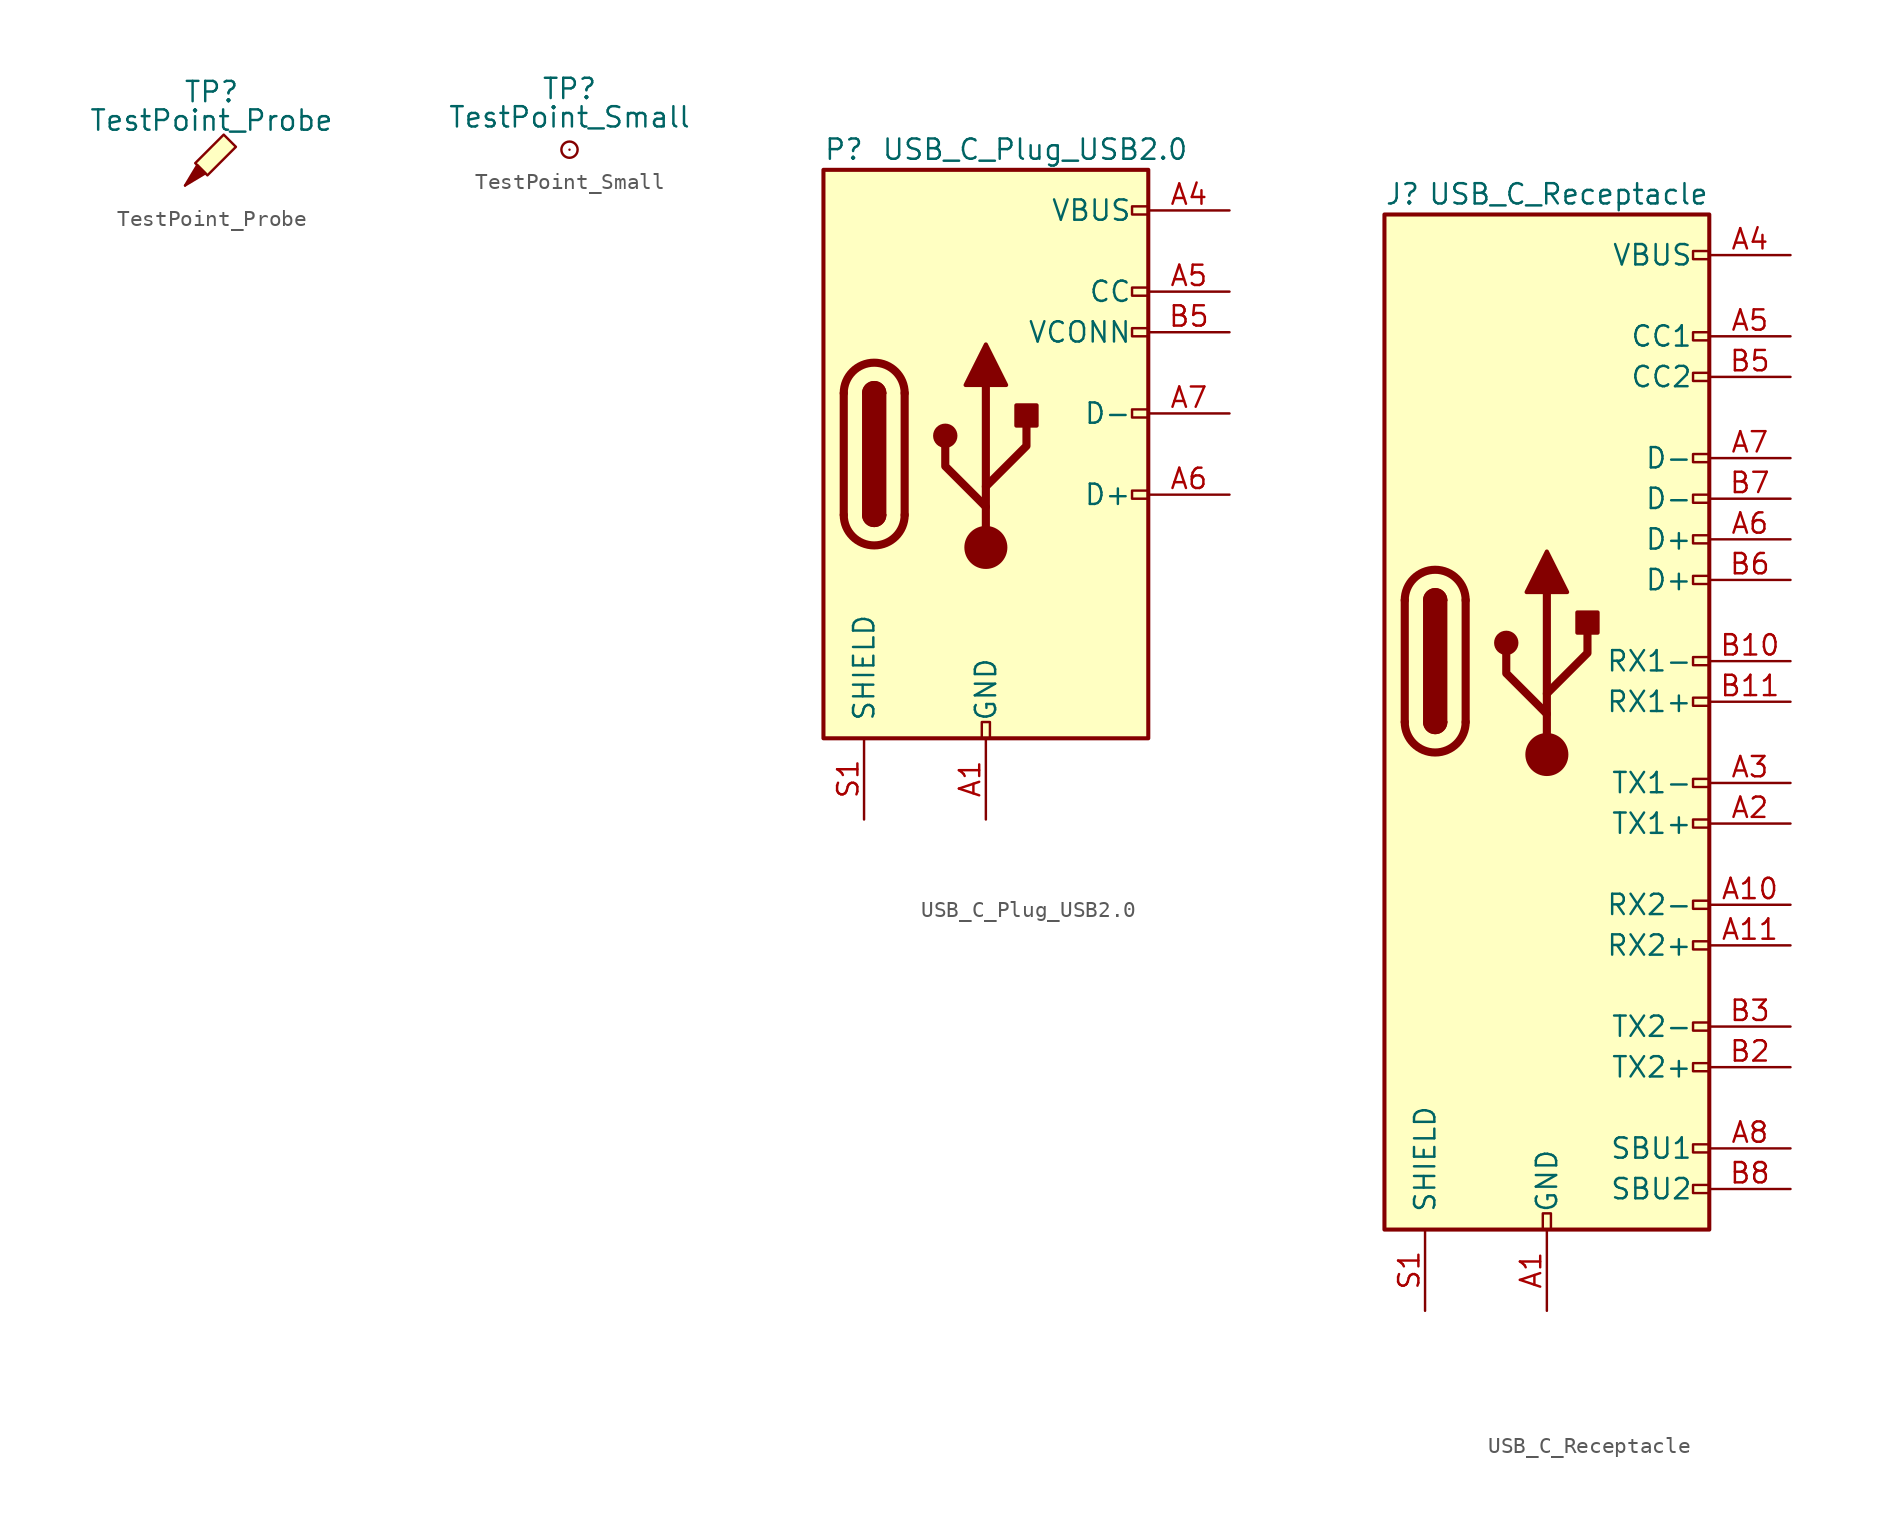
<source format=kicad_sym>
(kicad_symbol_lib
  (version 20200908)
  (generator kicad_symbol_editor)
  (symbol "Connector:TestPoint_Probe"
    (pin_numbers hide)
    (pin_names
      (offset 0.762) hide)
    (property "Reference" "TP"
      (at 1.651 5.842 0)
      (effects (font (size 1.27 1.27))))
    (property "Value" "TestPoint_Probe"
      (at 1.651 4.064 0)
      (effects (font (size 1.27 1.27))))
    (symbol "TestPoint_Probe_0_1"
      (polyline (pts (xy 1.27 0.762) (xy 0 0) (xy 0.762 1.27) (xy 1.27 0.762)) (stroke (width 0)) (fill (type outline)))
      (polyline (pts (xy 1.397 0.635) (xy 0.635 1.397) (xy 2.413 3.175) (xy 3.175 2.413) (xy 1.397 0.635)) (stroke (width 0)) (fill (type background))))
    (symbol "TestPoint_Probe_1_1"
      (pin passive line (at 0 0 90) (length 0) (name "1" (effects (font (size 1.27 1.27)))) (number "1" (effects (font (size 1.27 1.27)))))))
  (symbol "Connector:TestPoint_Small"
    (pin_numbers hide)
    (pin_names
      (offset 0.762) hide)
    (property "Reference" "TP"
      (at 0 3.81 0)
      (effects (font (size 1.27 1.27))))
    (property "Value" "TestPoint_Small"
      (at 0 2.032 0)
      (effects (font (size 1.27 1.27))))
    (symbol "TestPoint_Small_0_1"
      (circle (center 0 0) (radius 0.508) (stroke (width 0)) (fill (type none))))
    (symbol "TestPoint_Small_1_1"
      (pin passive line (at 0 0 90) (length 0) (name "1" (effects (font (size 1.27 1.27)))) (number "1" (effects (font (size 1.27 1.27)))))))
  (symbol "Connector:USB_C_Plug_USB2.0"
    (pin_names
      (offset 1.016))
    (property "Reference" "P"
      (at -10.16 19.05 0)
      (effects (font (size 1.27 1.27)) (justify left)))
    (property "Value" "USB_C_Plug_USB2.0"
      (at 12.7 19.05 0)
      (effects (font (size 1.27 1.27)) (justify right)))
    (symbol "USB_C_Plug_USB2.0_0_1"
      (arc (start -8.89 -3.81) (end -5.08 -3.81) (radius (at -6.985 -3.81) (length 1.905) (angles -179.9 -0.1)) (stroke (width 0.508)) (fill (type none)))
      (arc (start -7.62 -3.81) (end -6.35 -3.81) (radius (at -6.985 -3.81) (length 0.635) (angles -179.9 -0.1)) (stroke (width 0.254)) (fill (type none)))
      (arc (start -7.62 -3.81) (end -6.35 -3.81) (radius (at -6.985 -3.81) (length 0.635) (angles -179.9 -0.1)) (stroke (width 0.254)) (fill (type outline)))
      (arc (start -6.35 3.81) (end -7.62 3.81) (radius (at -6.985 3.81) (length 0.635) (angles 0.1 179.9)) (stroke (width 0.254)) (fill (type outline)))
      (arc (start -6.35 3.81) (end -7.62 3.81) (radius (at -6.985 3.81) (length 0.635) (angles 0.1 179.9)) (stroke (width 0.254)) (fill (type none)))
      (arc (start -5.08 3.81) (end -8.89 3.81) (radius (at -6.985 3.81) (length 1.905) (angles 0.1 179.9)) (stroke (width 0.508)) (fill (type none)))
      (circle (center -2.54 1.143) (radius 0.635) (stroke (width 0.254)) (fill (type outline)))
      (circle (center 0 -5.842) (radius 1.27) (stroke (width 0)) (fill (type outline)))
      (rectangle (start -10.16 17.78) (end 10.16 -17.78) (stroke (width 0.254)) (fill (type background)))
      (rectangle (start -7.62 -3.81) (end -6.35 3.81) (stroke (width 0.254)) (fill (type outline)))
      (rectangle (start 1.905 1.778) (end 3.175 3.048) (stroke (width 0.254)) (fill (type outline)))
      (polyline (pts (xy -8.89 -3.81) (xy -8.89 3.81)) (stroke (width 0.508)) (fill (type none)))
      (polyline (pts (xy -5.08 3.81) (xy -5.08 -3.81)) (stroke (width 0.508)) (fill (type none)))
      (polyline (pts (xy 0 -5.842) (xy 0 4.318)) (stroke (width 0.508)) (fill (type none)))
      (polyline (pts (xy 0 -3.302) (xy -2.54 -0.762) (xy -2.54 0.508)) (stroke (width 0.508)) (fill (type none)))
      (polyline (pts (xy 0 -2.032) (xy 2.54 0.508) (xy 2.54 1.778)) (stroke (width 0.508)) (fill (type none)))
      (polyline (pts (xy -1.27 4.318) (xy 0 6.858) (xy 1.27 4.318) (xy -1.27 4.318)) (stroke (width 0.254)) (fill (type outline))))
    (symbol "USB_C_Plug_USB2.0_0_0"
      (rectangle (start -0.254 -17.78) (end 0.254 -16.764) (stroke (width 0)) (fill (type none)))
      (rectangle (start 10.16 -2.286) (end 9.144 -2.794) (stroke (width 0)) (fill (type none)))
      (rectangle (start 10.16 2.794) (end 9.144 2.286) (stroke (width 0)) (fill (type none)))
      (rectangle (start 10.16 7.874) (end 9.144 7.366) (stroke (width 0)) (fill (type none)))
      (rectangle (start 10.16 10.414) (end 9.144 9.906) (stroke (width 0)) (fill (type none)))
      (rectangle (start 10.16 15.494) (end 9.144 14.986) (stroke (width 0)) (fill (type none))))
    (symbol "USB_C_Plug_USB2.0_1_1"
      (pin passive line (at 0 -22.86 90) (length 5.08) (name "GND" (effects (font (size 1.27 1.27)))) (number "A1" (effects (font (size 1.27 1.27)))))
      (pin passive line (at 0 -22.86 90) (length 5.08) hide (name "GND" (effects (font (size 1.27 1.27)))) (number "A12" (effects (font (size 1.27 1.27)))))
      (pin passive line (at 15.24 15.24 180) (length 5.08) (name "VBUS" (effects (font (size 1.27 1.27)))) (number "A4" (effects (font (size 1.27 1.27)))))
      (pin bidirectional line (at 15.24 10.16 180) (length 5.08) (name "CC" (effects (font (size 1.27 1.27)))) (number "A5" (effects (font (size 1.27 1.27)))))
      (pin bidirectional line (at 15.24 -2.54 180) (length 5.08) (name "D+" (effects (font (size 1.27 1.27)))) (number "A6" (effects (font (size 1.27 1.27)))))
      (pin bidirectional line (at 15.24 2.54 180) (length 5.08) (name "D-" (effects (font (size 1.27 1.27)))) (number "A7" (effects (font (size 1.27 1.27)))))
      (pin passive line (at 15.24 15.24 180) (length 5.08) hide (name "VBUS" (effects (font (size 1.27 1.27)))) (number "A9" (effects (font (size 1.27 1.27)))))
      (pin passive line (at 0 -22.86 90) (length 5.08) hide (name "GND" (effects (font (size 1.27 1.27)))) (number "B1" (effects (font (size 1.27 1.27)))))
      (pin passive line (at 0 -22.86 90) (length 5.08) hide (name "GND" (effects (font (size 1.27 1.27)))) (number "B12" (effects (font (size 1.27 1.27)))))
      (pin passive line (at 15.24 15.24 180) (length 5.08) hide (name "VBUS" (effects (font (size 1.27 1.27)))) (number "B4" (effects (font (size 1.27 1.27)))))
      (pin bidirectional line (at 15.24 7.62 180) (length 5.08) (name "VCONN" (effects (font (size 1.27 1.27)))) (number "B5" (effects (font (size 1.27 1.27)))))
      (pin passive line (at 15.24 15.24 180) (length 5.08) hide (name "VBUS" (effects (font (size 1.27 1.27)))) (number "B9" (effects (font (size 1.27 1.27)))))
      (pin passive line (at -7.62 -22.86 90) (length 5.08) (name "SHIELD" (effects (font (size 1.27 1.27)))) (number "S1" (effects (font (size 1.27 1.27)))))))
  (symbol "Connector:USB_C_Receptacle"
    (pin_names
      (offset 1.016))
    (property "Reference" "J"
      (at -10.16 29.21 0)
      (effects (font (size 1.27 1.27)) (justify left)))
    (property "Value" "USB_C_Receptacle"
      (at 10.16 29.21 0)
      (effects (font (size 1.27 1.27)) (justify right)))
    (symbol "USB_C_Receptacle_0_1"
      (arc (start -8.89 -3.81) (end -5.08 -3.81) (radius (at -6.985 -3.81) (length 1.905) (angles -179.9 -0.1)) (stroke (width 0.508)) (fill (type none)))
      (arc (start -7.62 -3.81) (end -6.35 -3.81) (radius (at -6.985 -3.81) (length 0.635) (angles -179.9 -0.1)) (stroke (width 0.254)) (fill (type none)))
      (arc (start -7.62 -3.81) (end -6.35 -3.81) (radius (at -6.985 -3.81) (length 0.635) (angles -179.9 -0.1)) (stroke (width 0.254)) (fill (type outline)))
      (arc (start -6.35 3.81) (end -7.62 3.81) (radius (at -6.985 3.81) (length 0.635) (angles 0.1 179.9)) (stroke (width 0.254)) (fill (type outline)))
      (arc (start -6.35 3.81) (end -7.62 3.81) (radius (at -6.985 3.81) (length 0.635) (angles 0.1 179.9)) (stroke (width 0.254)) (fill (type none)))
      (arc (start -5.08 3.81) (end -8.89 3.81) (radius (at -6.985 3.81) (length 1.905) (angles 0.1 179.9)) (stroke (width 0.508)) (fill (type none)))
      (rectangle (start -10.16 27.94) (end 10.16 -35.56) (stroke (width 0.254)) (fill (type background)))
      (rectangle (start -7.62 -3.81) (end -6.35 3.81) (stroke (width 0.254)) (fill (type outline)))
      (polyline (pts (xy -8.89 -3.81) (xy -8.89 3.81)) (stroke (width 0.508)) (fill (type none)))
      (polyline (pts (xy -5.08 3.81) (xy -5.08 -3.81)) (stroke (width 0.508)) (fill (type none))))
    (symbol "USB_C_Receptacle_1_1"
      (circle (center -2.54 1.143) (radius 0.635) (stroke (width 0.254)) (fill (type outline)))
      (circle (center 0 -5.842) (radius 1.27) (stroke (width 0)) (fill (type outline)))
      (rectangle (start 1.905 1.778) (end 3.175 3.048) (stroke (width 0.254)) (fill (type outline)))
      (polyline (pts (xy 0 -5.842) (xy 0 4.318)) (stroke (width 0.508)) (fill (type none)))
      (polyline (pts (xy 0 -3.302) (xy -2.54 -0.762) (xy -2.54 0.508)) (stroke (width 0.508)) (fill (type none)))
      (polyline (pts (xy 0 -2.032) (xy 2.54 0.508) (xy 2.54 1.778)) (stroke (width 0.508)) (fill (type none)))
      (polyline (pts (xy -1.27 4.318) (xy 0 6.858) (xy 1.27 4.318) (xy -1.27 4.318)) (stroke (width 0.254)) (fill (type outline)))
      (pin passive line (at 0 -40.64 90) (length 5.08) (name "GND" (effects (font (size 1.27 1.27)))) (number "A1" (effects (font (size 1.27 1.27)))))
      (pin bidirectional line (at 15.24 -15.24 180) (length 5.08) (name "RX2-" (effects (font (size 1.27 1.27)))) (number "A10" (effects (font (size 1.27 1.27)))))
      (pin bidirectional line (at 15.24 -17.78 180) (length 5.08) (name "RX2+" (effects (font (size 1.27 1.27)))) (number "A11" (effects (font (size 1.27 1.27)))))
      (pin passive line (at 0 -40.64 90) (length 5.08) hide (name "GND" (effects (font (size 1.27 1.27)))) (number "A12" (effects (font (size 1.27 1.27)))))
      (pin bidirectional line (at 15.24 -10.16 180) (length 5.08) (name "TX1+" (effects (font (size 1.27 1.27)))) (number "A2" (effects (font (size 1.27 1.27)))))
      (pin bidirectional line (at 15.24 -7.62 180) (length 5.08) (name "TX1-" (effects (font (size 1.27 1.27)))) (number "A3" (effects (font (size 1.27 1.27)))))
      (pin passive line (at 15.24 25.4 180) (length 5.08) (name "VBUS" (effects (font (size 1.27 1.27)))) (number "A4" (effects (font (size 1.27 1.27)))))
      (pin bidirectional line (at 15.24 20.32 180) (length 5.08) (name "CC1" (effects (font (size 1.27 1.27)))) (number "A5" (effects (font (size 1.27 1.27)))))
      (pin bidirectional line (at 15.24 7.62 180) (length 5.08) (name "D+" (effects (font (size 1.27 1.27)))) (number "A6" (effects (font (size 1.27 1.27)))))
      (pin bidirectional line (at 15.24 12.7 180) (length 5.08) (name "D-" (effects (font (size 1.27 1.27)))) (number "A7" (effects (font (size 1.27 1.27)))))
      (pin bidirectional line (at 15.24 -30.48 180) (length 5.08) (name "SBU1" (effects (font (size 1.27 1.27)))) (number "A8" (effects (font (size 1.27 1.27)))))
      (pin passive line (at 15.24 25.4 180) (length 5.08) hide (name "VBUS" (effects (font (size 1.27 1.27)))) (number "A9" (effects (font (size 1.27 1.27)))))
      (pin passive line (at 0 -40.64 90) (length 5.08) hide (name "GND" (effects (font (size 1.27 1.27)))) (number "B1" (effects (font (size 1.27 1.27)))))
      (pin bidirectional line (at 15.24 0 180) (length 5.08) (name "RX1-" (effects (font (size 1.27 1.27)))) (number "B10" (effects (font (size 1.27 1.27)))))
      (pin bidirectional line (at 15.24 -2.54 180) (length 5.08) (name "RX1+" (effects (font (size 1.27 1.27)))) (number "B11" (effects (font (size 1.27 1.27)))))
      (pin passive line (at 0 -40.64 90) (length 5.08) hide (name "GND" (effects (font (size 1.27 1.27)))) (number "B12" (effects (font (size 1.27 1.27)))))
      (pin bidirectional line (at 15.24 -25.4 180) (length 5.08) (name "TX2+" (effects (font (size 1.27 1.27)))) (number "B2" (effects (font (size 1.27 1.27)))))
      (pin bidirectional line (at 15.24 -22.86 180) (length 5.08) (name "TX2-" (effects (font (size 1.27 1.27)))) (number "B3" (effects (font (size 1.27 1.27)))))
      (pin passive line (at 15.24 25.4 180) (length 5.08) hide (name "VBUS" (effects (font (size 1.27 1.27)))) (number "B4" (effects (font (size 1.27 1.27)))))
      (pin bidirectional line (at 15.24 17.78 180) (length 5.08) (name "CC2" (effects (font (size 1.27 1.27)))) (number "B5" (effects (font (size 1.27 1.27)))))
      (pin bidirectional line (at 15.24 5.08 180) (length 5.08) (name "D+" (effects (font (size 1.27 1.27)))) (number "B6" (effects (font (size 1.27 1.27)))))
      (pin bidirectional line (at 15.24 10.16 180) (length 5.08) (name "D-" (effects (font (size 1.27 1.27)))) (number "B7" (effects (font (size 1.27 1.27)))))
      (pin bidirectional line (at 15.24 -33.02 180) (length 5.08) (name "SBU2" (effects (font (size 1.27 1.27)))) (number "B8" (effects (font (size 1.27 1.27)))))
      (pin passive line (at 15.24 25.4 180) (length 5.08) hide (name "VBUS" (effects (font (size 1.27 1.27)))) (number "B9" (effects (font (size 1.27 1.27)))))
      (pin passive line (at -7.62 -40.64 90) (length 5.08) (name "SHIELD" (effects (font (size 1.27 1.27)))) (number "S1" (effects (font (size 1.27 1.27))))))
    (symbol "USB_C_Receptacle_0_0"
      (rectangle (start -0.254 -35.56) (end 0.254 -34.544) (stroke (width 0)) (fill (type none)))
      (rectangle (start 10.16 -32.766) (end 9.144 -33.274) (stroke (width 0)) (fill (type none)))
      (rectangle (start 10.16 -30.226) (end 9.144 -30.734) (stroke (width 0)) (fill (type none)))
      (rectangle (start 10.16 -25.146) (end 9.144 -25.654) (stroke (width 0)) (fill (type none)))
      (rectangle (start 10.16 -22.606) (end 9.144 -23.114) (stroke (width 0)) (fill (type none)))
      (rectangle (start 10.16 -17.526) (end 9.144 -18.034) (stroke (width 0)) (fill (type none)))
      (rectangle (start 10.16 -14.986) (end 9.144 -15.494) (stroke (width 0)) (fill (type none)))
      (rectangle (start 10.16 -9.906) (end 9.144 -10.414) (stroke (width 0)) (fill (type none)))
      (rectangle (start 10.16 -7.366) (end 9.144 -7.874) (stroke (width 0)) (fill (type none)))
      (rectangle (start 10.16 -2.286) (end 9.144 -2.794) (stroke (width 0)) (fill (type none)))
      (rectangle (start 10.16 0.254) (end 9.144 -0.254) (stroke (width 0)) (fill (type none)))
      (rectangle (start 10.16 5.334) (end 9.144 4.826) (stroke (width 0)) (fill (type none)))
      (rectangle (start 10.16 7.874) (end 9.144 7.366) (stroke (width 0)) (fill (type none)))
      (rectangle (start 10.16 10.414) (end 9.144 9.906) (stroke (width 0)) (fill (type none)))
      (rectangle (start 10.16 12.954) (end 9.144 12.446) (stroke (width 0)) (fill (type none)))
      (rectangle (start 10.16 18.034) (end 9.144 17.526) (stroke (width 0)) (fill (type none)))
      (rectangle (start 10.16 20.574) (end 9.144 20.066) (stroke (width 0)) (fill (type none)))
      (rectangle (start 10.16 25.654) (end 9.144 25.146) (stroke (width 0)) (fill (type none))))))
</source>
